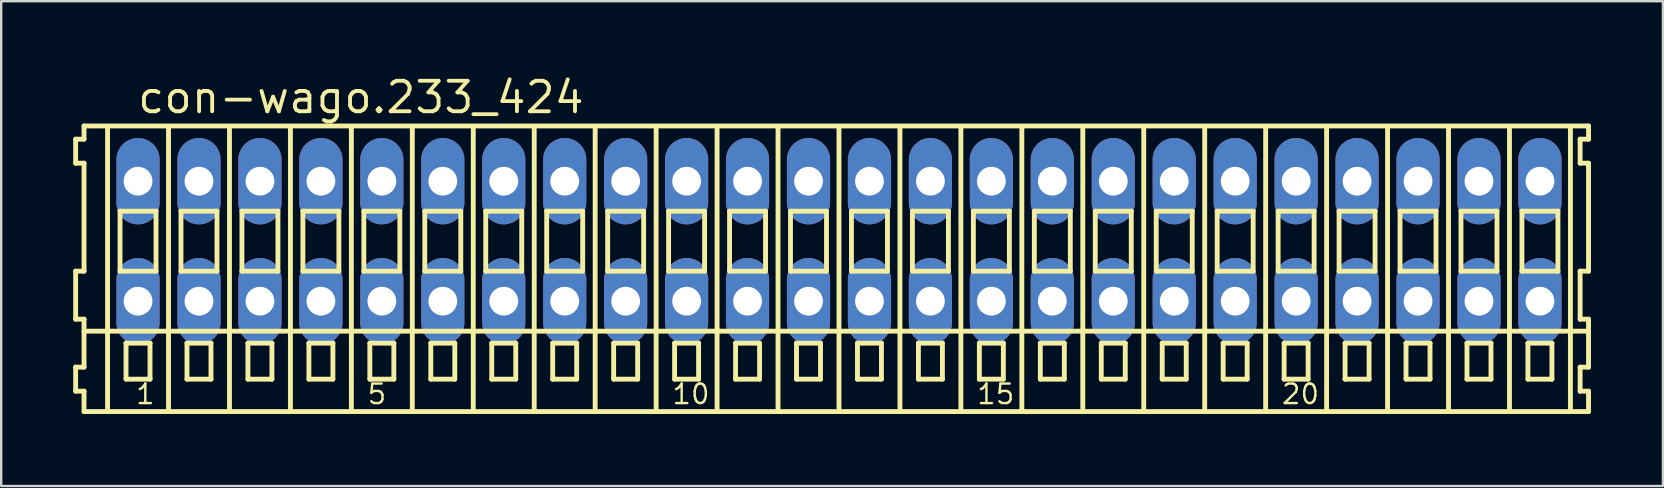
<source format=kicad_pcb>
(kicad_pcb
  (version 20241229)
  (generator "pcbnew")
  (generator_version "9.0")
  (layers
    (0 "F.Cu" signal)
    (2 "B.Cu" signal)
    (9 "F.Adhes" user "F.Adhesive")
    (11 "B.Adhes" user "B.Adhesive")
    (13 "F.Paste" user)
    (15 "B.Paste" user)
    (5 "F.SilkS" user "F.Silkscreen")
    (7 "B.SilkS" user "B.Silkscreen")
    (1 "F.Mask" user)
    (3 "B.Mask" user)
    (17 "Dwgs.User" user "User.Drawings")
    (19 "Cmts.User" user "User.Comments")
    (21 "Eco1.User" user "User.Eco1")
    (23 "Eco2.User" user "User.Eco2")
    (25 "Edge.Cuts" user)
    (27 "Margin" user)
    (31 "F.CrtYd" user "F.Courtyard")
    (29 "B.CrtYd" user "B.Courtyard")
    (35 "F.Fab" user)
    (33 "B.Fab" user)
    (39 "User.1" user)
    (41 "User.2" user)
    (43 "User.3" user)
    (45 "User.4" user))
  (footprint "con-wago.233_424"
    (layer "F.Cu")
    (at 31.912 7)
    (property "Reference" "con-wago.233_424" (at -29.31 -5.25 0) (layer "F.SilkS") (effects (font (size 1.27 1.27) (thickness 0.16)) (justify left bottom)))
    (attr through_hole)
    (fp_line (start -31.81 -4.25) (end -31.81 -3.25) (stroke (width 0.203) (type default)) (layer "F.SilkS"))
    (fp_line (start -31.81 -3.25) (end -31.46 -3.25) (stroke (width 0.203) (type default)) (layer "F.SilkS"))
    (fp_line (start -31.81 1.25) (end -31.81 3.25) (stroke (width 0.203) (type default)) (layer "F.SilkS"))
    (fp_line (start -31.81 3.25) (end -31.46 3.25) (stroke (width 0.203) (type default)) (layer "F.SilkS"))
    (fp_line (start -31.81 5.25) (end -31.81 6.25) (stroke (width 0.203) (type default)) (layer "F.SilkS"))
    (fp_line (start -31.81 6.25) (end -31.46 6.25) (stroke (width 0.203) (type default)) (layer "F.SilkS"))
    (fp_line (start -31.46 -4.8) (end -31.46 -4.25) (stroke (width 0.203) (type default)) (layer "F.SilkS"))
    (fp_line (start -31.46 -4.25) (end -31.81 -4.25) (stroke (width 0.203) (type default)) (layer "F.SilkS"))
    (fp_line (start -31.46 -3.25) (end -31.46 1.25) (stroke (width 0.203) (type default)) (layer "F.SilkS"))
    (fp_line (start -31.46 1.25) (end -31.81 1.25) (stroke (width 0.203) (type default)) (layer "F.SilkS"))
    (fp_line (start -31.46 3.25) (end -31.46 5.25) (stroke (width 0.203) (type default)) (layer "F.SilkS"))
    (fp_line (start -31.46 3.75) (end 31.235 3.75) (stroke (width 0.203) (type default)) (layer "F.SilkS"))
    (fp_line (start -31.46 5.25) (end -31.81 5.25) (stroke (width 0.203) (type default)) (layer "F.SilkS"))
    (fp_line (start -31.46 6.25) (end -31.46 7.1) (stroke (width 0.203) (type default)) (layer "F.SilkS"))
    (fp_line (start -31.46 7.1) (end 31.235 7.1) (stroke (width 0.203) (type default)) (layer "F.SilkS"))
    (fp_line (start -30.48 6.985) (end -30.48 -4.699) (stroke (width 0.203) (type default)) (layer "F.SilkS"))
    (fp_line (start -29.96 -1.25) (end -29.96 1.25) (stroke (width 0.203) (type default)) (layer "F.SilkS"))
    (fp_line (start -29.96 1.25) (end -28.46 1.25) (stroke (width 0.203) (type default)) (layer "F.SilkS"))
    (fp_line (start -29.71 4.25) (end -29.71 5.75) (stroke (width 0.203) (type default)) (layer "F.SilkS"))
    (fp_line (start -29.71 5.75) (end -28.71 5.75) (stroke (width 0.203) (type default)) (layer "F.SilkS"))
    (fp_line (start -28.71 4.25) (end -29.71 4.25) (stroke (width 0.203) (type default)) (layer "F.SilkS"))
    (fp_line (start -28.71 5.75) (end -28.71 4.25) (stroke (width 0.203) (type default)) (layer "F.SilkS"))
    (fp_line (start -28.46 -1.25) (end -29.96 -1.25) (stroke (width 0.203) (type default)) (layer "F.SilkS"))
    (fp_line (start -28.46 1.25) (end -28.46 -1.25) (stroke (width 0.203) (type default)) (layer "F.SilkS"))
    (fp_line (start -27.94 6.985) (end -27.94 -4.699) (stroke (width 0.203) (type default)) (layer "F.SilkS"))
    (fp_line (start -27.42 -1.25) (end -27.42 1.25) (stroke (width 0.203) (type default)) (layer "F.SilkS"))
    (fp_line (start -27.42 1.25) (end -25.92 1.25) (stroke (width 0.203) (type default)) (layer "F.SilkS"))
    (fp_line (start -27.17 4.25) (end -27.17 5.75) (stroke (width 0.203) (type default)) (layer "F.SilkS"))
    (fp_line (start -27.17 5.75) (end -26.17 5.75) (stroke (width 0.203) (type default)) (layer "F.SilkS"))
    (fp_line (start -26.17 4.25) (end -27.17 4.25) (stroke (width 0.203) (type default)) (layer "F.SilkS"))
    (fp_line (start -26.17 5.75) (end -26.17 4.25) (stroke (width 0.203) (type default)) (layer "F.SilkS"))
    (fp_line (start -25.92 -1.25) (end -27.42 -1.25) (stroke (width 0.203) (type default)) (layer "F.SilkS"))
    (fp_line (start -25.92 1.25) (end -25.92 -1.25) (stroke (width 0.203) (type default)) (layer "F.SilkS"))
    (fp_line (start -25.4 6.985) (end -25.4 -4.699) (stroke (width 0.203) (type default)) (layer "F.SilkS"))
    (fp_line (start -24.88 -1.25) (end -24.88 1.25) (stroke (width 0.203) (type default)) (layer "F.SilkS"))
    (fp_line (start -24.88 1.25) (end -23.38 1.25) (stroke (width 0.203) (type default)) (layer "F.SilkS"))
    (fp_line (start -24.63 4.25) (end -24.63 5.75) (stroke (width 0.203) (type default)) (layer "F.SilkS"))
    (fp_line (start -24.63 5.75) (end -23.63 5.75) (stroke (width 0.203) (type default)) (layer "F.SilkS"))
    (fp_line (start -23.63 4.25) (end -24.63 4.25) (stroke (width 0.203) (type default)) (layer "F.SilkS"))
    (fp_line (start -23.63 5.75) (end -23.63 4.25) (stroke (width 0.203) (type default)) (layer "F.SilkS"))
    (fp_line (start -23.38 -1.25) (end -24.88 -1.25) (stroke (width 0.203) (type default)) (layer "F.SilkS"))
    (fp_line (start -23.38 1.25) (end -23.38 -1.25) (stroke (width 0.203) (type default)) (layer "F.SilkS"))
    (fp_line (start -22.86 6.985) (end -22.86 -4.699) (stroke (width 0.203) (type default)) (layer "F.SilkS"))
    (fp_line (start -22.34 -1.25) (end -22.34 1.25) (stroke (width 0.203) (type default)) (layer "F.SilkS"))
    (fp_line (start -22.34 1.25) (end -20.84 1.25) (stroke (width 0.203) (type default)) (layer "F.SilkS"))
    (fp_line (start -22.09 4.25) (end -22.09 5.75) (stroke (width 0.203) (type default)) (layer "F.SilkS"))
    (fp_line (start -22.09 5.75) (end -21.09 5.75) (stroke (width 0.203) (type default)) (layer "F.SilkS"))
    (fp_line (start -21.09 4.25) (end -22.09 4.25) (stroke (width 0.203) (type default)) (layer "F.SilkS"))
    (fp_line (start -21.09 5.75) (end -21.09 4.25) (stroke (width 0.203) (type default)) (layer "F.SilkS"))
    (fp_line (start -20.84 -1.25) (end -22.34 -1.25) (stroke (width 0.203) (type default)) (layer "F.SilkS"))
    (fp_line (start -20.84 1.25) (end -20.84 -1.25) (stroke (width 0.203) (type default)) (layer "F.SilkS"))
    (fp_line (start -20.32 6.985) (end -20.32 -4.699) (stroke (width 0.203) (type default)) (layer "F.SilkS"))
    (fp_line (start -19.8 -1.25) (end -19.8 1.25) (stroke (width 0.203) (type default)) (layer "F.SilkS"))
    (fp_line (start -19.8 1.25) (end -18.3 1.25) (stroke (width 0.203) (type default)) (layer "F.SilkS"))
    (fp_line (start -19.55 4.25) (end -19.55 5.75) (stroke (width 0.203) (type default)) (layer "F.SilkS"))
    (fp_line (start -19.55 5.75) (end -18.55 5.75) (stroke (width 0.203) (type default)) (layer "F.SilkS"))
    (fp_line (start -18.55 4.25) (end -19.55 4.25) (stroke (width 0.203) (type default)) (layer "F.SilkS"))
    (fp_line (start -18.55 5.75) (end -18.55 4.25) (stroke (width 0.203) (type default)) (layer "F.SilkS"))
    (fp_line (start -18.3 -1.25) (end -19.8 -1.25) (stroke (width 0.203) (type default)) (layer "F.SilkS"))
    (fp_line (start -18.3 1.25) (end -18.3 -1.25) (stroke (width 0.203) (type default)) (layer "F.SilkS"))
    (fp_line (start -17.78 6.985) (end -17.78 -4.699) (stroke (width 0.203) (type default)) (layer "F.SilkS"))
    (fp_line (start -17.26 -1.25) (end -17.26 1.25) (stroke (width 0.203) (type default)) (layer "F.SilkS"))
    (fp_line (start -17.26 1.25) (end -15.76 1.25) (stroke (width 0.203) (type default)) (layer "F.SilkS"))
    (fp_line (start -17.01 4.25) (end -17.01 5.75) (stroke (width 0.203) (type default)) (layer "F.SilkS"))
    (fp_line (start -17.01 5.75) (end -16.01 5.75) (stroke (width 0.203) (type default)) (layer "F.SilkS"))
    (fp_line (start -16.01 4.25) (end -17.01 4.25) (stroke (width 0.203) (type default)) (layer "F.SilkS"))
    (fp_line (start -16.01 5.75) (end -16.01 4.25) (stroke (width 0.203) (type default)) (layer "F.SilkS"))
    (fp_line (start -15.76 -1.25) (end -17.26 -1.25) (stroke (width 0.203) (type default)) (layer "F.SilkS"))
    (fp_line (start -15.76 1.25) (end -15.76 -1.25) (stroke (width 0.203) (type default)) (layer "F.SilkS"))
    (fp_line (start -15.24 6.985) (end -15.24 -4.699) (stroke (width 0.203) (type default)) (layer "F.SilkS"))
    (fp_line (start -14.72 -1.25) (end -14.72 1.25) (stroke (width 0.203) (type default)) (layer "F.SilkS"))
    (fp_line (start -14.72 1.25) (end -13.22 1.25) (stroke (width 0.203) (type default)) (layer "F.SilkS"))
    (fp_line (start -14.47 4.25) (end -14.47 5.75) (stroke (width 0.203) (type default)) (layer "F.SilkS"))
    (fp_line (start -14.47 5.75) (end -13.47 5.75) (stroke (width 0.203) (type default)) (layer "F.SilkS"))
    (fp_line (start -13.47 4.25) (end -14.47 4.25) (stroke (width 0.203) (type default)) (layer "F.SilkS"))
    (fp_line (start -13.47 5.75) (end -13.47 4.25) (stroke (width 0.203) (type default)) (layer "F.SilkS"))
    (fp_line (start -13.22 -1.25) (end -14.72 -1.25) (stroke (width 0.203) (type default)) (layer "F.SilkS"))
    (fp_line (start -13.22 1.25) (end -13.22 -1.25) (stroke (width 0.203) (type default)) (layer "F.SilkS"))
    (fp_line (start -12.7 6.985) (end -12.7 -4.699) (stroke (width 0.203) (type default)) (layer "F.SilkS"))
    (fp_line (start -12.18 -1.25) (end -12.18 1.25) (stroke (width 0.203) (type default)) (layer "F.SilkS"))
    (fp_line (start -12.18 1.25) (end -10.68 1.25) (stroke (width 0.203) (type default)) (layer "F.SilkS"))
    (fp_line (start -11.93 4.25) (end -11.93 5.75) (stroke (width 0.203) (type default)) (layer "F.SilkS"))
    (fp_line (start -11.93 5.75) (end -10.93 5.75) (stroke (width 0.203) (type default)) (layer "F.SilkS"))
    (fp_line (start -10.93 4.25) (end -11.93 4.25) (stroke (width 0.203) (type default)) (layer "F.SilkS"))
    (fp_line (start -10.93 5.75) (end -10.93 4.25) (stroke (width 0.203) (type default)) (layer "F.SilkS"))
    (fp_line (start -10.68 -1.25) (end -12.18 -1.25) (stroke (width 0.203) (type default)) (layer "F.SilkS"))
    (fp_line (start -10.68 1.25) (end -10.68 -1.25) (stroke (width 0.203) (type default)) (layer "F.SilkS"))
    (fp_line (start -10.16 6.985) (end -10.16 -4.699) (stroke (width 0.203) (type default)) (layer "F.SilkS"))
    (fp_line (start -9.64 -1.25) (end -9.64 1.25) (stroke (width 0.203) (type default)) (layer "F.SilkS"))
    (fp_line (start -9.64 1.25) (end -8.14 1.25) (stroke (width 0.203) (type default)) (layer "F.SilkS"))
    (fp_line (start -9.39 4.25) (end -9.39 5.75) (stroke (width 0.203) (type default)) (layer "F.SilkS"))
    (fp_line (start -9.39 5.75) (end -8.39 5.75) (stroke (width 0.203) (type default)) (layer "F.SilkS"))
    (fp_line (start -8.39 4.25) (end -9.39 4.25) (stroke (width 0.203) (type default)) (layer "F.SilkS"))
    (fp_line (start -8.39 5.75) (end -8.39 4.25) (stroke (width 0.203) (type default)) (layer "F.SilkS"))
    (fp_line (start -8.14 -1.25) (end -9.64 -1.25) (stroke (width 0.203) (type default)) (layer "F.SilkS"))
    (fp_line (start -8.14 1.25) (end -8.14 -1.25) (stroke (width 0.203) (type default)) (layer "F.SilkS"))
    (fp_line (start -7.62 6.985) (end -7.62 -4.699) (stroke (width 0.203) (type default)) (layer "F.SilkS"))
    (fp_line (start -7.1 -1.25) (end -7.1 1.25) (stroke (width 0.203) (type default)) (layer "F.SilkS"))
    (fp_line (start -7.1 1.25) (end -5.6 1.25) (stroke (width 0.203) (type default)) (layer "F.SilkS"))
    (fp_line (start -6.85 4.25) (end -6.85 5.75) (stroke (width 0.203) (type default)) (layer "F.SilkS"))
    (fp_line (start -6.85 5.75) (end -5.85 5.75) (stroke (width 0.203) (type default)) (layer "F.SilkS"))
    (fp_line (start -5.85 4.25) (end -6.85 4.25) (stroke (width 0.203) (type default)) (layer "F.SilkS"))
    (fp_line (start -5.85 5.75) (end -5.85 4.25) (stroke (width 0.203) (type default)) (layer "F.SilkS"))
    (fp_line (start -5.6 -1.25) (end -7.1 -1.25) (stroke (width 0.203) (type default)) (layer "F.SilkS"))
    (fp_line (start -5.6 1.25) (end -5.6 -1.25) (stroke (width 0.203) (type default)) (layer "F.SilkS"))
    (fp_line (start -5.08 6.985) (end -5.08 -4.699) (stroke (width 0.203) (type default)) (layer "F.SilkS"))
    (fp_line (start -4.56 -1.25) (end -4.56 1.25) (stroke (width 0.203) (type default)) (layer "F.SilkS"))
    (fp_line (start -4.56 1.25) (end -3.06 1.25) (stroke (width 0.203) (type default)) (layer "F.SilkS"))
    (fp_line (start -4.31 4.25) (end -4.31 5.75) (stroke (width 0.203) (type default)) (layer "F.SilkS"))
    (fp_line (start -4.31 5.75) (end -3.31 5.75) (stroke (width 0.203) (type default)) (layer "F.SilkS"))
    (fp_line (start -3.31 4.25) (end -4.31 4.25) (stroke (width 0.203) (type default)) (layer "F.SilkS"))
    (fp_line (start -3.31 5.75) (end -3.31 4.25) (stroke (width 0.203) (type default)) (layer "F.SilkS"))
    (fp_line (start -3.06 -1.25) (end -4.56 -1.25) (stroke (width 0.203) (type default)) (layer "F.SilkS"))
    (fp_line (start -3.06 1.25) (end -3.06 -1.25) (stroke (width 0.203) (type default)) (layer "F.SilkS"))
    (fp_line (start -2.54 6.985) (end -2.54 -4.699) (stroke (width 0.203) (type default)) (layer "F.SilkS"))
    (fp_line (start -2.02 -1.25) (end -2.02 1.25) (stroke (width 0.203) (type default)) (layer "F.SilkS"))
    (fp_line (start -2.02 1.25) (end -0.52 1.25) (stroke (width 0.203) (type default)) (layer "F.SilkS"))
    (fp_line (start -1.77 4.25) (end -1.77 5.75) (stroke (width 0.203) (type default)) (layer "F.SilkS"))
    (fp_line (start -1.77 5.75) (end -0.77 5.75) (stroke (width 0.203) (type default)) (layer "F.SilkS"))
    (fp_line (start -0.77 4.25) (end -1.77 4.25) (stroke (width 0.203) (type default)) (layer "F.SilkS"))
    (fp_line (start -0.77 5.75) (end -0.77 4.25) (stroke (width 0.203) (type default)) (layer "F.SilkS"))
    (fp_line (start -0.52 -1.25) (end -2.02 -1.25) (stroke (width 0.203) (type default)) (layer "F.SilkS"))
    (fp_line (start -0.52 1.25) (end -0.52 -1.25) (stroke (width 0.203) (type default)) (layer "F.SilkS"))
    (fp_line (start 0 6.985) (end 0 -4.699) (stroke (width 0.203) (type default)) (layer "F.SilkS"))
    (fp_line (start 0.52 -1.25) (end 0.52 1.25) (stroke (width 0.203) (type default)) (layer "F.SilkS"))
    (fp_line (start 0.52 1.25) (end 2.02 1.25) (stroke (width 0.203) (type default)) (layer "F.SilkS"))
    (fp_line (start 0.77 4.25) (end 0.77 5.75) (stroke (width 0.203) (type default)) (layer "F.SilkS"))
    (fp_line (start 0.77 5.75) (end 1.77 5.75) (stroke (width 0.203) (type default)) (layer "F.SilkS"))
    (fp_line (start 1.77 4.25) (end 0.77 4.25) (stroke (width 0.203) (type default)) (layer "F.SilkS"))
    (fp_line (start 1.77 5.75) (end 1.77 4.25) (stroke (width 0.203) (type default)) (layer "F.SilkS"))
    (fp_line (start 2.02 -1.25) (end 0.52 -1.25) (stroke (width 0.203) (type default)) (layer "F.SilkS"))
    (fp_line (start 2.02 1.25) (end 2.02 -1.25) (stroke (width 0.203) (type default)) (layer "F.SilkS"))
    (fp_line (start 2.54 6.985) (end 2.54 -4.699) (stroke (width 0.203) (type default)) (layer "F.SilkS"))
    (fp_line (start 3.06 -1.25) (end 3.06 1.25) (stroke (width 0.203) (type default)) (layer "F.SilkS"))
    (fp_line (start 3.06 1.25) (end 4.56 1.25) (stroke (width 0.203) (type default)) (layer "F.SilkS"))
    (fp_line (start 3.31 4.25) (end 3.31 5.75) (stroke (width 0.203) (type default)) (layer "F.SilkS"))
    (fp_line (start 3.31 5.75) (end 4.31 5.75) (stroke (width 0.203) (type default)) (layer "F.SilkS"))
    (fp_line (start 4.31 4.25) (end 3.31 4.25) (stroke (width 0.203) (type default)) (layer "F.SilkS"))
    (fp_line (start 4.31 5.75) (end 4.31 4.25) (stroke (width 0.203) (type default)) (layer "F.SilkS"))
    (fp_line (start 4.56 -1.25) (end 3.06 -1.25) (stroke (width 0.203) (type default)) (layer "F.SilkS"))
    (fp_line (start 4.56 1.25) (end 4.56 -1.25) (stroke (width 0.203) (type default)) (layer "F.SilkS"))
    (fp_line (start 5.08 6.985) (end 5.08 -4.699) (stroke (width 0.203) (type default)) (layer "F.SilkS"))
    (fp_line (start 5.6 -1.25) (end 5.6 1.25) (stroke (width 0.203) (type default)) (layer "F.SilkS"))
    (fp_line (start 5.6 1.25) (end 7.1 1.25) (stroke (width 0.203) (type default)) (layer "F.SilkS"))
    (fp_line (start 5.85 4.25) (end 5.85 5.75) (stroke (width 0.203) (type default)) (layer "F.SilkS"))
    (fp_line (start 5.85 5.75) (end 6.85 5.75) (stroke (width 0.203) (type default)) (layer "F.SilkS"))
    (fp_line (start 6.85 4.25) (end 5.85 4.25) (stroke (width 0.203) (type default)) (layer "F.SilkS"))
    (fp_line (start 6.85 5.75) (end 6.85 4.25) (stroke (width 0.203) (type default)) (layer "F.SilkS"))
    (fp_line (start 7.1 -1.25) (end 5.6 -1.25) (stroke (width 0.203) (type default)) (layer "F.SilkS"))
    (fp_line (start 7.1 1.25) (end 7.1 -1.25) (stroke (width 0.203) (type default)) (layer "F.SilkS"))
    (fp_line (start 7.62 6.985) (end 7.62 -4.699) (stroke (width 0.203) (type default)) (layer "F.SilkS"))
    (fp_line (start 8.14 -1.25) (end 8.14 1.25) (stroke (width 0.203) (type default)) (layer "F.SilkS"))
    (fp_line (start 8.14 1.25) (end 9.64 1.25) (stroke (width 0.203) (type default)) (layer "F.SilkS"))
    (fp_line (start 8.39 4.25) (end 8.39 5.75) (stroke (width 0.203) (type default)) (layer "F.SilkS"))
    (fp_line (start 8.39 5.75) (end 9.39 5.75) (stroke (width 0.203) (type default)) (layer "F.SilkS"))
    (fp_line (start 9.39 4.25) (end 8.39 4.25) (stroke (width 0.203) (type default)) (layer "F.SilkS"))
    (fp_line (start 9.39 5.75) (end 9.39 4.25) (stroke (width 0.203) (type default)) (layer "F.SilkS"))
    (fp_line (start 9.64 -1.25) (end 8.14 -1.25) (stroke (width 0.203) (type default)) (layer "F.SilkS"))
    (fp_line (start 9.64 1.25) (end 9.64 -1.25) (stroke (width 0.203) (type default)) (layer "F.SilkS"))
    (fp_line (start 10.16 6.985) (end 10.16 -4.699) (stroke (width 0.203) (type default)) (layer "F.SilkS"))
    (fp_line (start 10.68 -1.25) (end 10.68 1.25) (stroke (width 0.203) (type default)) (layer "F.SilkS"))
    (fp_line (start 10.68 1.25) (end 12.18 1.25) (stroke (width 0.203) (type default)) (layer "F.SilkS"))
    (fp_line (start 10.93 4.25) (end 10.93 5.75) (stroke (width 0.203) (type default)) (layer "F.SilkS"))
    (fp_line (start 10.93 5.75) (end 11.93 5.75) (stroke (width 0.203) (type default)) (layer "F.SilkS"))
    (fp_line (start 11.93 4.25) (end 10.93 4.25) (stroke (width 0.203) (type default)) (layer "F.SilkS"))
    (fp_line (start 11.93 5.75) (end 11.93 4.25) (stroke (width 0.203) (type default)) (layer "F.SilkS"))
    (fp_line (start 12.18 -1.25) (end 10.68 -1.25) (stroke (width 0.203) (type default)) (layer "F.SilkS"))
    (fp_line (start 12.18 1.25) (end 12.18 -1.25) (stroke (width 0.203) (type default)) (layer "F.SilkS"))
    (fp_line (start 12.7 6.985) (end 12.7 -4.699) (stroke (width 0.203) (type default)) (layer "F.SilkS"))
    (fp_line (start 13.22 -1.25) (end 13.22 1.25) (stroke (width 0.203) (type default)) (layer "F.SilkS"))
    (fp_line (start 13.22 1.25) (end 14.72 1.25) (stroke (width 0.203) (type default)) (layer "F.SilkS"))
    (fp_line (start 13.47 4.25) (end 13.47 5.75) (stroke (width 0.203) (type default)) (layer "F.SilkS"))
    (fp_line (start 13.47 5.75) (end 14.47 5.75) (stroke (width 0.203) (type default)) (layer "F.SilkS"))
    (fp_line (start 14.47 4.25) (end 13.47 4.25) (stroke (width 0.203) (type default)) (layer "F.SilkS"))
    (fp_line (start 14.47 5.75) (end 14.47 4.25) (stroke (width 0.203) (type default)) (layer "F.SilkS"))
    (fp_line (start 14.72 -1.25) (end 13.22 -1.25) (stroke (width 0.203) (type default)) (layer "F.SilkS"))
    (fp_line (start 14.72 1.25) (end 14.72 -1.25) (stroke (width 0.203) (type default)) (layer "F.SilkS"))
    (fp_line (start 15.24 6.985) (end 15.24 -4.699) (stroke (width 0.203) (type default)) (layer "F.SilkS"))
    (fp_line (start 15.76 -1.25) (end 15.76 1.25) (stroke (width 0.203) (type default)) (layer "F.SilkS"))
    (fp_line (start 15.76 1.25) (end 17.26 1.25) (stroke (width 0.203) (type default)) (layer "F.SilkS"))
    (fp_line (start 16.01 4.25) (end 16.01 5.75) (stroke (width 0.203) (type default)) (layer "F.SilkS"))
    (fp_line (start 16.01 5.75) (end 17.01 5.75) (stroke (width 0.203) (type default)) (layer "F.SilkS"))
    (fp_line (start 17.01 4.25) (end 16.01 4.25) (stroke (width 0.203) (type default)) (layer "F.SilkS"))
    (fp_line (start 17.01 5.75) (end 17.01 4.25) (stroke (width 0.203) (type default)) (layer "F.SilkS"))
    (fp_line (start 17.26 -1.25) (end 15.76 -1.25) (stroke (width 0.203) (type default)) (layer "F.SilkS"))
    (fp_line (start 17.26 1.25) (end 17.26 -1.25) (stroke (width 0.203) (type default)) (layer "F.SilkS"))
    (fp_line (start 17.78 6.985) (end 17.78 -4.699) (stroke (width 0.203) (type default)) (layer "F.SilkS"))
    (fp_line (start 18.3 -1.25) (end 18.3 1.25) (stroke (width 0.203) (type default)) (layer "F.SilkS"))
    (fp_line (start 18.3 1.25) (end 19.8 1.25) (stroke (width 0.203) (type default)) (layer "F.SilkS"))
    (fp_line (start 18.55 4.25) (end 18.55 5.75) (stroke (width 0.203) (type default)) (layer "F.SilkS"))
    (fp_line (start 18.55 5.75) (end 19.55 5.75) (stroke (width 0.203) (type default)) (layer "F.SilkS"))
    (fp_line (start 19.55 4.25) (end 18.55 4.25) (stroke (width 0.203) (type default)) (layer "F.SilkS"))
    (fp_line (start 19.55 5.75) (end 19.55 4.25) (stroke (width 0.203) (type default)) (layer "F.SilkS"))
    (fp_line (start 19.8 -1.25) (end 18.3 -1.25) (stroke (width 0.203) (type default)) (layer "F.SilkS"))
    (fp_line (start 19.8 1.25) (end 19.8 -1.25) (stroke (width 0.203) (type default)) (layer "F.SilkS"))
    (fp_line (start 20.32 6.985) (end 20.32 -4.699) (stroke (width 0.203) (type default)) (layer "F.SilkS"))
    (fp_line (start 20.84 -1.25) (end 20.84 1.25) (stroke (width 0.203) (type default)) (layer "F.SilkS"))
    (fp_line (start 20.84 1.25) (end 22.34 1.25) (stroke (width 0.203) (type default)) (layer "F.SilkS"))
    (fp_line (start 21.09 4.25) (end 21.09 5.75) (stroke (width 0.203) (type default)) (layer "F.SilkS"))
    (fp_line (start 21.09 5.75) (end 22.09 5.75) (stroke (width 0.203) (type default)) (layer "F.SilkS"))
    (fp_line (start 22.09 4.25) (end 21.09 4.25) (stroke (width 0.203) (type default)) (layer "F.SilkS"))
    (fp_line (start 22.09 5.75) (end 22.09 4.25) (stroke (width 0.203) (type default)) (layer "F.SilkS"))
    (fp_line (start 22.34 -1.25) (end 20.84 -1.25) (stroke (width 0.203) (type default)) (layer "F.SilkS"))
    (fp_line (start 22.34 1.25) (end 22.34 -1.25) (stroke (width 0.203) (type default)) (layer "F.SilkS"))
    (fp_line (start 22.86 6.985) (end 22.86 -4.699) (stroke (width 0.203) (type default)) (layer "F.SilkS"))
    (fp_line (start 23.38 -1.25) (end 23.38 1.25) (stroke (width 0.203) (type default)) (layer "F.SilkS"))
    (fp_line (start 23.38 1.25) (end 24.88 1.25) (stroke (width 0.203) (type default)) (layer "F.SilkS"))
    (fp_line (start 23.63 4.25) (end 23.63 5.75) (stroke (width 0.203) (type default)) (layer "F.SilkS"))
    (fp_line (start 23.63 5.75) (end 24.63 5.75) (stroke (width 0.203) (type default)) (layer "F.SilkS"))
    (fp_line (start 24.63 4.25) (end 23.63 4.25) (stroke (width 0.203) (type default)) (layer "F.SilkS"))
    (fp_line (start 24.63 5.75) (end 24.63 4.25) (stroke (width 0.203) (type default)) (layer "F.SilkS"))
    (fp_line (start 24.88 -1.25) (end 23.38 -1.25) (stroke (width 0.203) (type default)) (layer "F.SilkS"))
    (fp_line (start 24.88 1.25) (end 24.88 -1.25) (stroke (width 0.203) (type default)) (layer "F.SilkS"))
    (fp_line (start 25.4 6.985) (end 25.4 -4.699) (stroke (width 0.203) (type default)) (layer "F.SilkS"))
    (fp_line (start 25.92 -1.25) (end 25.92 1.25) (stroke (width 0.203) (type default)) (layer "F.SilkS"))
    (fp_line (start 25.92 1.25) (end 27.42 1.25) (stroke (width 0.203) (type default)) (layer "F.SilkS"))
    (fp_line (start 26.17 4.25) (end 26.17 5.75) (stroke (width 0.203) (type default)) (layer "F.SilkS"))
    (fp_line (start 26.17 5.75) (end 27.17 5.75) (stroke (width 0.203) (type default)) (layer "F.SilkS"))
    (fp_line (start 27.17 4.25) (end 26.17 4.25) (stroke (width 0.203) (type default)) (layer "F.SilkS"))
    (fp_line (start 27.17 5.75) (end 27.17 4.25) (stroke (width 0.203) (type default)) (layer "F.SilkS"))
    (fp_line (start 27.42 -1.25) (end 25.92 -1.25) (stroke (width 0.203) (type default)) (layer "F.SilkS"))
    (fp_line (start 27.42 1.25) (end 27.42 -1.25) (stroke (width 0.203) (type default)) (layer "F.SilkS"))
    (fp_line (start 27.94 6.985) (end 27.94 -4.699) (stroke (width 0.203) (type default)) (layer "F.SilkS"))
    (fp_line (start 28.46 -1.25) (end 28.46 1.25) (stroke (width 0.203) (type default)) (layer "F.SilkS"))
    (fp_line (start 28.46 1.25) (end 29.96 1.25) (stroke (width 0.203) (type default)) (layer "F.SilkS"))
    (fp_line (start 28.71 4.25) (end 28.71 5.75) (stroke (width 0.203) (type default)) (layer "F.SilkS"))
    (fp_line (start 28.71 5.75) (end 29.71 5.75) (stroke (width 0.203) (type default)) (layer "F.SilkS"))
    (fp_line (start 29.71 4.25) (end 28.71 4.25) (stroke (width 0.203) (type default)) (layer "F.SilkS"))
    (fp_line (start 29.71 5.75) (end 29.71 4.25) (stroke (width 0.203) (type default)) (layer "F.SilkS"))
    (fp_line (start 29.96 -1.25) (end 28.46 -1.25) (stroke (width 0.203) (type default)) (layer "F.SilkS"))
    (fp_line (start 29.96 1.25) (end 29.96 -1.25) (stroke (width 0.203) (type default)) (layer "F.SilkS"))
    (fp_line (start 30.48 6.985) (end 30.48 -4.699) (stroke (width 0.203) (type default)) (layer "F.SilkS"))
    (fp_line (start 30.885 -4.25) (end 30.885 -3.25) (stroke (width 0.203) (type default)) (layer "F.SilkS"))
    (fp_line (start 30.885 -3.25) (end 31.235 -3.25) (stroke (width 0.203) (type default)) (layer "F.SilkS"))
    (fp_line (start 30.885 1.25) (end 30.885 3.25) (stroke (width 0.203) (type default)) (layer "F.SilkS"))
    (fp_line (start 30.885 3.25) (end 31.235 3.25) (stroke (width 0.203) (type default)) (layer "F.SilkS"))
    (fp_line (start 30.885 5.25) (end 30.885 6.25) (stroke (width 0.203) (type default)) (layer "F.SilkS"))
    (fp_line (start 30.885 6.25) (end 31.235 6.25) (stroke (width 0.203) (type default)) (layer "F.SilkS"))
    (fp_line (start 31.235 -4.8) (end -31.46 -4.8) (stroke (width 0.203) (type default)) (layer "F.SilkS"))
    (fp_line (start 31.235 -4.25) (end 30.885 -4.25) (stroke (width 0.203) (type default)) (layer "F.SilkS"))
    (fp_line (start 31.235 -4.25) (end 31.235 -4.8) (stroke (width 0.203) (type default)) (layer "F.SilkS"))
    (fp_line (start 31.235 1.25) (end 30.885 1.25) (stroke (width 0.203) (type default)) (layer "F.SilkS"))
    (fp_line (start 31.235 1.25) (end 31.235 -3.25) (stroke (width 0.203) (type default)) (layer "F.SilkS"))
    (fp_line (start 31.235 3.75) (end 31.235 3.25) (stroke (width 0.203) (type default)) (layer "F.SilkS"))
    (fp_line (start 31.235 5.25) (end 30.885 5.25) (stroke (width 0.203) (type default)) (layer "F.SilkS"))
    (fp_line (start 31.235 5.25) (end 31.235 3.75) (stroke (width 0.203) (type default)) (layer "F.SilkS"))
    (fp_line (start 31.235 7.1) (end 31.235 6.25) (stroke (width 0.203) (type default)) (layer "F.SilkS"))
    (fp_text user "5" (at -19.708 6.85 0) (layer "F.SilkS") (effects (font (size 0.813 0.813) (thickness 0.1)) (justify left bottom)))
    (fp_text user "15" (at 5.692 6.85 0) (layer "F.SilkS") (effects (font (size 0.813 0.813) (thickness 0.1)) (justify left bottom)))
    (fp_text user "1" (at -29.36 6.85 0) (layer "F.SilkS") (effects (font (size 0.813 0.813) (thickness 0.1)) (justify left bottom)))
    (fp_text user "10" (at -7.008 6.85 0) (layer "F.SilkS") (effects (font (size 0.813 0.813) (thickness 0.1)) (justify left bottom)))
    (fp_text user "20" (at 18.392 6.85 0) (layer "F.SilkS") (effects (font (size 0.813 0.813) (thickness 0.1)) (justify left bottom)))
    (pad "A1" thru_hole oval (at -29.21 -2.5 90) (size 3.6 1.8) (drill 1.2) (layers "*.Cu" "*.Mask"))
    (pad "A2" thru_hole oval (at -26.67 -2.5 90) (size 3.6 1.8) (drill 1.2) (layers "*.Cu" "*.Mask"))
    (pad "A3" thru_hole oval (at -24.13 -2.5 90) (size 3.6 1.8) (drill 1.2) (layers "*.Cu" "*.Mask"))
    (pad "A4" thru_hole oval (at -21.59 -2.5 90) (size 3.6 1.8) (drill 1.2) (layers "*.Cu" "*.Mask"))
    (pad "A5" thru_hole oval (at -19.05 -2.5 90) (size 3.6 1.8) (drill 1.2) (layers "*.Cu" "*.Mask"))
    (pad "A6" thru_hole oval (at -16.51 -2.5 90) (size 3.6 1.8) (drill 1.2) (layers "*.Cu" "*.Mask"))
    (pad "A7" thru_hole oval (at -13.97 -2.5 90) (size 3.6 1.8) (drill 1.2) (layers "*.Cu" "*.Mask"))
    (pad "A8" thru_hole oval (at -11.43 -2.5 90) (size 3.6 1.8) (drill 1.2) (layers "*.Cu" "*.Mask"))
    (pad "A9" thru_hole oval (at -8.89 -2.5 90) (size 3.6 1.8) (drill 1.2) (layers "*.Cu" "*.Mask"))
    (pad "A10" thru_hole oval (at -6.35 -2.5 90) (size 3.6 1.8) (drill 1.2) (layers "*.Cu" "*.Mask"))
    (pad "A11" thru_hole oval (at -3.81 -2.5 90) (size 3.6 1.8) (drill 1.2) (layers "*.Cu" "*.Mask"))
    (pad "A12" thru_hole oval (at -1.27 -2.5 90) (size 3.6 1.8) (drill 1.2) (layers "*.Cu" "*.Mask"))
    (pad "A13" thru_hole oval (at 1.27 -2.5 90) (size 3.6 1.8) (drill 1.2) (layers "*.Cu" "*.Mask"))
    (pad "A14" thru_hole oval (at 3.81 -2.5 90) (size 3.6 1.8) (drill 1.2) (layers "*.Cu" "*.Mask"))
    (pad "A15" thru_hole oval (at 6.35 -2.5 90) (size 3.6 1.8) (drill 1.2) (layers "*.Cu" "*.Mask"))
    (pad "A16" thru_hole oval (at 8.89 -2.5 90) (size 3.6 1.8) (drill 1.2) (layers "*.Cu" "*.Mask"))
    (pad "A17" thru_hole oval (at 11.43 -2.5 90) (size 3.6 1.8) (drill 1.2) (layers "*.Cu" "*.Mask"))
    (pad "A18" thru_hole oval (at 13.97 -2.5 90) (size 3.6 1.8) (drill 1.2) (layers "*.Cu" "*.Mask"))
    (pad "A19" thru_hole oval (at 16.51 -2.5 90) (size 3.6 1.8) (drill 1.2) (layers "*.Cu" "*.Mask"))
    (pad "A20" thru_hole oval (at 19.05 -2.5 90) (size 3.6 1.8) (drill 1.2) (layers "*.Cu" "*.Mask"))
    (pad "A21" thru_hole oval (at 21.59 -2.5 90) (size 3.6 1.8) (drill 1.2) (layers "*.Cu" "*.Mask"))
    (pad "A22" thru_hole oval (at 24.13 -2.5 90) (size 3.6 1.8) (drill 1.2) (layers "*.Cu" "*.Mask"))
    (pad "A23" thru_hole oval (at 26.67 -2.5 90) (size 3.6 1.8) (drill 1.2) (layers "*.Cu" "*.Mask"))
    (pad "A24" thru_hole oval (at 29.21 -2.5 90) (size 3.6 1.8) (drill 1.2) (layers "*.Cu" "*.Mask"))
    (pad "B1" thru_hole oval (at -29.21 2.5 90) (size 3.6 1.8) (drill 1.2) (layers "*.Cu" "*.Mask"))
    (pad "B2" thru_hole oval (at -26.67 2.5 90) (size 3.6 1.8) (drill 1.2) (layers "*.Cu" "*.Mask"))
    (pad "B3" thru_hole oval (at -24.13 2.5 90) (size 3.6 1.8) (drill 1.2) (layers "*.Cu" "*.Mask"))
    (pad "B4" thru_hole oval (at -21.59 2.5 90) (size 3.6 1.8) (drill 1.2) (layers "*.Cu" "*.Mask"))
    (pad "B5" thru_hole oval (at -19.05 2.5 90) (size 3.6 1.8) (drill 1.2) (layers "*.Cu" "*.Mask"))
    (pad "B6" thru_hole oval (at -16.51 2.5 90) (size 3.6 1.8) (drill 1.2) (layers "*.Cu" "*.Mask"))
    (pad "B7" thru_hole oval (at -13.97 2.5 90) (size 3.6 1.8) (drill 1.2) (layers "*.Cu" "*.Mask"))
    (pad "B8" thru_hole oval (at -11.43 2.5 90) (size 3.6 1.8) (drill 1.2) (layers "*.Cu" "*.Mask"))
    (pad "B9" thru_hole oval (at -8.89 2.5 90) (size 3.6 1.8) (drill 1.2) (layers "*.Cu" "*.Mask"))
    (pad "B10" thru_hole oval (at -6.35 2.5 90) (size 3.6 1.8) (drill 1.2) (layers "*.Cu" "*.Mask"))
    (pad "B11" thru_hole oval (at -3.81 2.5 90) (size 3.6 1.8) (drill 1.2) (layers "*.Cu" "*.Mask"))
    (pad "B12" thru_hole oval (at -1.27 2.5 90) (size 3.6 1.8) (drill 1.2) (layers "*.Cu" "*.Mask"))
    (pad "B13" thru_hole oval (at 1.27 2.5 90) (size 3.6 1.8) (drill 1.2) (layers "*.Cu" "*.Mask"))
    (pad "B14" thru_hole oval (at 3.81 2.5 90) (size 3.6 1.8) (drill 1.2) (layers "*.Cu" "*.Mask"))
    (pad "B15" thru_hole oval (at 6.35 2.5 90) (size 3.6 1.8) (drill 1.2) (layers "*.Cu" "*.Mask"))
    (pad "B16" thru_hole oval (at 8.89 2.5 90) (size 3.6 1.8) (drill 1.2) (layers "*.Cu" "*.Mask"))
    (pad "B17" thru_hole oval (at 11.43 2.5 90) (size 3.6 1.8) (drill 1.2) (layers "*.Cu" "*.Mask"))
    (pad "B18" thru_hole oval (at 13.97 2.5 90) (size 3.6 1.8) (drill 1.2) (layers "*.Cu" "*.Mask"))
    (pad "B19" thru_hole oval (at 16.51 2.5 90) (size 3.6 1.8) (drill 1.2) (layers "*.Cu" "*.Mask"))
    (pad "B20" thru_hole oval (at 19.05 2.5 90) (size 3.6 1.8) (drill 1.2) (layers "*.Cu" "*.Mask"))
    (pad "B21" thru_hole oval (at 21.59 2.5 90) (size 3.6 1.8) (drill 1.2) (layers "*.Cu" "*.Mask"))
    (pad "B22" thru_hole oval (at 24.13 2.5 90) (size 3.6 1.8) (drill 1.2) (layers "*.Cu" "*.Mask"))
    (pad "B23" thru_hole oval (at 26.67 2.5 90) (size 3.6 1.8) (drill 1.2) (layers "*.Cu" "*.Mask"))
    (pad "B24" thru_hole oval (at 29.21 2.5 90) (size 3.6 1.8) (drill 1.2) (layers "*.Cu" "*.Mask")))
  (gr_rect
    (start -3 -3)
    (end 66.248 17.202)
    (stroke (width 0.1) (type default))
    (fill no)
    (layer "Edge.Cuts")))
</source>
